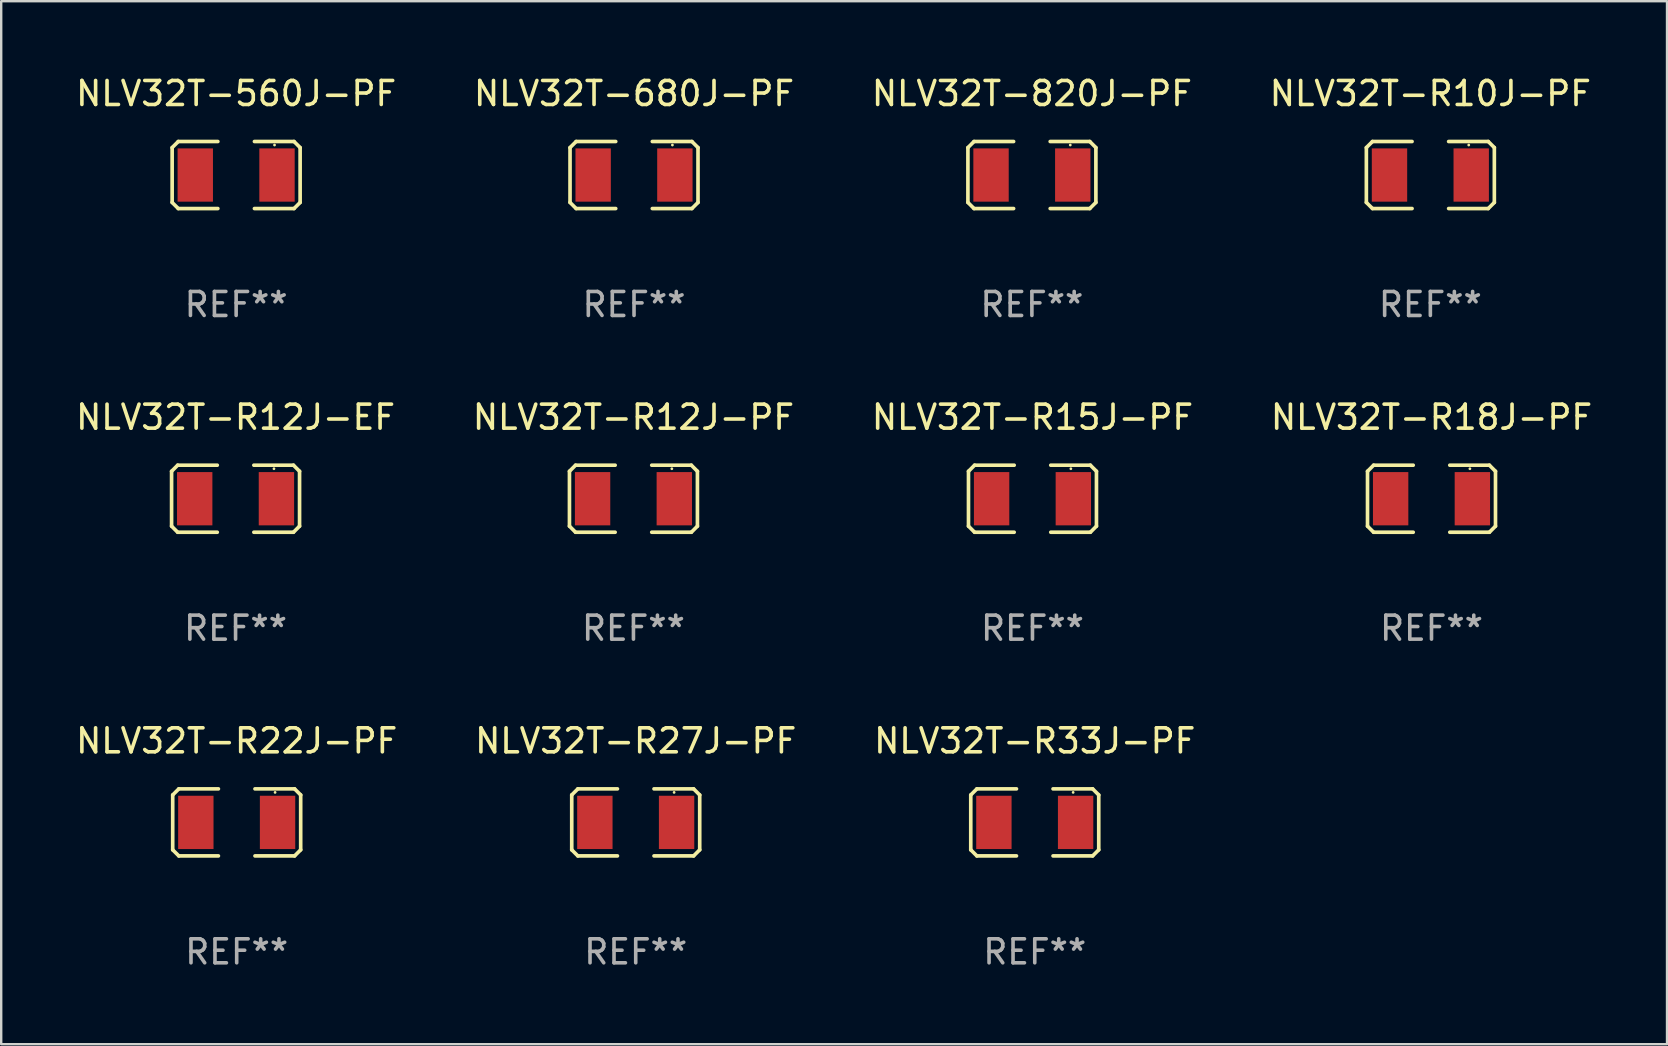
<source format=kicad_pcb>
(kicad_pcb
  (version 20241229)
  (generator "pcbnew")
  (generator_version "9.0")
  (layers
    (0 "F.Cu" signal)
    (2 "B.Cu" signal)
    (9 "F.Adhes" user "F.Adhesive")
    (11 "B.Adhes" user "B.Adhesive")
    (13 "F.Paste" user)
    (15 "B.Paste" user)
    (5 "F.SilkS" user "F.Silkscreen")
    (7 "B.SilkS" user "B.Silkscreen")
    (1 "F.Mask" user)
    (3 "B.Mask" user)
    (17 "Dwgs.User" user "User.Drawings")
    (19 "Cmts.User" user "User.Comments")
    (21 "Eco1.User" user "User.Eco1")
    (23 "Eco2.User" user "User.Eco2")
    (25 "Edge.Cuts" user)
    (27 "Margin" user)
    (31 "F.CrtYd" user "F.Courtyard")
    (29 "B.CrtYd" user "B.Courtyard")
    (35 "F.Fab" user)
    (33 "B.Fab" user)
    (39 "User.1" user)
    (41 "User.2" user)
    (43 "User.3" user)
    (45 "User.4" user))
  (footprint "NLV32T-R33J-PF"
    (layer "F.Cu")
    (at 40.077 31.226)
    (property "Reference" "NLV32T-R33J-PF" (at 0 -3.397 0) (layer "F.SilkS") (effects (font (size 1 1) (thickness 0.15))))
    (attr through_hole)
    (fp_line (start -2.667 -1.143) (end -2.413 -1.397) (stroke (width 0.152) (type solid)) (layer "F.SilkS"))
    (fp_line (start -2.667 1.143) (end -2.667 -1.143) (stroke (width 0.152) (type solid)) (layer "F.SilkS"))
    (fp_line (start -2.413 -1.397) (end -0.762 -1.397) (stroke (width 0.152) (type solid)) (layer "F.SilkS"))
    (fp_line (start -2.413 1.397) (end -2.667 1.143) (stroke (width 0.152) (type solid)) (layer "F.SilkS"))
    (fp_line (start -0.762 1.397) (end -2.413 1.397) (stroke (width 0.152) (type solid)) (layer "F.SilkS"))
    (fp_line (start 0.762 -1.397) (end 2.413 -1.397) (stroke (width 0.152) (type solid)) (layer "F.SilkS"))
    (fp_line (start 2.413 -1.397) (end 2.667 -1.143) (stroke (width 0.152) (type solid)) (layer "F.SilkS"))
    (fp_line (start 2.413 1.397) (end 0.762 1.397) (stroke (width 0.152) (type solid)) (layer "F.SilkS"))
    (fp_line (start 2.667 -1.143) (end 2.667 1.143) (stroke (width 0.152) (type solid)) (layer "F.SilkS"))
    (fp_line (start 2.667 1.143) (end 2.413 1.397) (stroke (width 0.152) (type solid)) (layer "F.SilkS"))
    (fp_circle (center 1.6 -1.25) (end 1.63 -1.25) (stroke (width 0.06) (type solid)) (fill no) (layer "F.SilkS"))
    (fp_text user "REF**" (at 0 5.397 0) (layer "F.Fab") (effects (font (size 1 1) (thickness 0.15))))
    (pad "1" smd rect (at 1.703 0) (size 1.474 2.22) (layers "F.Cu" "F.Mask" "F.Paste"))
    (pad "2" smd rect (at -1.703 0) (size 1.474 2.22) (layers "F.Cu" "F.Mask" "F.Paste")))
  (footprint "NLV32T-R12J-PF"
    (layer "F.Cu")
    (at 23.351 17.736)
    (property "Reference" "NLV32T-R12J-PF" (at 0 -3.397 0) (layer "F.SilkS") (effects (font (size 1 1) (thickness 0.15))))
    (attr through_hole)
    (fp_line (start -2.667 -1.143) (end -2.413 -1.397) (stroke (width 0.152) (type solid)) (layer "F.SilkS"))
    (fp_line (start -2.667 1.143) (end -2.667 -1.143) (stroke (width 0.152) (type solid)) (layer "F.SilkS"))
    (fp_line (start -2.413 -1.397) (end -0.762 -1.397) (stroke (width 0.152) (type solid)) (layer "F.SilkS"))
    (fp_line (start -2.413 1.397) (end -2.667 1.143) (stroke (width 0.152) (type solid)) (layer "F.SilkS"))
    (fp_line (start -0.762 1.397) (end -2.413 1.397) (stroke (width 0.152) (type solid)) (layer "F.SilkS"))
    (fp_line (start 0.762 -1.397) (end 2.413 -1.397) (stroke (width 0.152) (type solid)) (layer "F.SilkS"))
    (fp_line (start 2.413 -1.397) (end 2.667 -1.143) (stroke (width 0.152) (type solid)) (layer "F.SilkS"))
    (fp_line (start 2.413 1.397) (end 0.762 1.397) (stroke (width 0.152) (type solid)) (layer "F.SilkS"))
    (fp_line (start 2.667 -1.143) (end 2.667 1.143) (stroke (width 0.152) (type solid)) (layer "F.SilkS"))
    (fp_line (start 2.667 1.143) (end 2.413 1.397) (stroke (width 0.152) (type solid)) (layer "F.SilkS"))
    (fp_circle (center 1.6 -1.25) (end 1.63 -1.25) (stroke (width 0.06) (type solid)) (fill no) (layer "F.SilkS"))
    (fp_text user "REF**" (at 0 5.397 0) (layer "F.Fab") (effects (font (size 1 1) (thickness 0.15))))
    (pad "1" smd rect (at 1.703 0) (size 1.474 2.22) (layers "F.Cu" "F.Mask" "F.Paste"))
    (pad "2" smd rect (at -1.703 0) (size 1.474 2.22) (layers "F.Cu" "F.Mask" "F.Paste")))
  (footprint "NLV32T-R10J-PF"
    (layer "F.Cu")
    (at 56.565 4.245)
    (property "Reference" "NLV32T-R10J-PF" (at 0 -3.397 0) (layer "F.SilkS") (effects (font (size 1 1) (thickness 0.15))))
    (attr through_hole)
    (fp_line (start -2.667 -1.143) (end -2.413 -1.397) (stroke (width 0.152) (type solid)) (layer "F.SilkS"))
    (fp_line (start -2.667 1.143) (end -2.667 -1.143) (stroke (width 0.152) (type solid)) (layer "F.SilkS"))
    (fp_line (start -2.413 -1.397) (end -0.762 -1.397) (stroke (width 0.152) (type solid)) (layer "F.SilkS"))
    (fp_line (start -2.413 1.397) (end -2.667 1.143) (stroke (width 0.152) (type solid)) (layer "F.SilkS"))
    (fp_line (start -0.762 1.397) (end -2.413 1.397) (stroke (width 0.152) (type solid)) (layer "F.SilkS"))
    (fp_line (start 0.762 -1.397) (end 2.413 -1.397) (stroke (width 0.152) (type solid)) (layer "F.SilkS"))
    (fp_line (start 2.413 -1.397) (end 2.667 -1.143) (stroke (width 0.152) (type solid)) (layer "F.SilkS"))
    (fp_line (start 2.413 1.397) (end 0.762 1.397) (stroke (width 0.152) (type solid)) (layer "F.SilkS"))
    (fp_line (start 2.667 -1.143) (end 2.667 1.143) (stroke (width 0.152) (type solid)) (layer "F.SilkS"))
    (fp_line (start 2.667 1.143) (end 2.413 1.397) (stroke (width 0.152) (type solid)) (layer "F.SilkS"))
    (fp_circle (center 1.6 -1.25) (end 1.63 -1.25) (stroke (width 0.06) (type solid)) (fill no) (layer "F.SilkS"))
    (fp_text user "REF**" (at 0 5.397 0) (layer "F.Fab") (effects (font (size 1 1) (thickness 0.15))))
    (pad "1" smd rect (at 1.703 0) (size 1.474 2.22) (layers "F.Cu" "F.Mask" "F.Paste"))
    (pad "2" smd rect (at -1.703 0) (size 1.474 2.22) (layers "F.Cu" "F.Mask" "F.Paste")))
  (footprint "NLV32T-680J-PF"
    (layer "F.Cu")
    (at 23.375 4.245)
    (property "Reference" "NLV32T-680J-PF" (at 0 -3.397 0) (layer "F.SilkS") (effects (font (size 1 1) (thickness 0.15))))
    (attr through_hole)
    (fp_line (start -2.667 -1.143) (end -2.413 -1.397) (stroke (width 0.152) (type solid)) (layer "F.SilkS"))
    (fp_line (start -2.667 1.143) (end -2.667 -1.143) (stroke (width 0.152) (type solid)) (layer "F.SilkS"))
    (fp_line (start -2.413 -1.397) (end -0.762 -1.397) (stroke (width 0.152) (type solid)) (layer "F.SilkS"))
    (fp_line (start -2.413 1.397) (end -2.667 1.143) (stroke (width 0.152) (type solid)) (layer "F.SilkS"))
    (fp_line (start -0.762 1.397) (end -2.413 1.397) (stroke (width 0.152) (type solid)) (layer "F.SilkS"))
    (fp_line (start 0.762 -1.397) (end 2.413 -1.397) (stroke (width 0.152) (type solid)) (layer "F.SilkS"))
    (fp_line (start 2.413 -1.397) (end 2.667 -1.143) (stroke (width 0.152) (type solid)) (layer "F.SilkS"))
    (fp_line (start 2.413 1.397) (end 0.762 1.397) (stroke (width 0.152) (type solid)) (layer "F.SilkS"))
    (fp_line (start 2.667 -1.143) (end 2.667 1.143) (stroke (width 0.152) (type solid)) (layer "F.SilkS"))
    (fp_line (start 2.667 1.143) (end 2.413 1.397) (stroke (width 0.152) (type solid)) (layer "F.SilkS"))
    (fp_circle (center 1.6 -1.25) (end 1.63 -1.25) (stroke (width 0.06) (type solid)) (fill no) (layer "F.SilkS"))
    (fp_text user "REF**" (at 0 5.397 0) (layer "F.Fab") (effects (font (size 1 1) (thickness 0.15))))
    (pad "1" smd rect (at 1.703 0) (size 1.474 2.22) (layers "F.Cu" "F.Mask" "F.Paste"))
    (pad "2" smd rect (at -1.703 0) (size 1.474 2.22) (layers "F.Cu" "F.Mask" "F.Paste")))
  (footprint "NLV32T-R15J-PF"
    (layer "F.Cu")
    (at 39.982 17.736)
    (property "Reference" "NLV32T-R15J-PF" (at 0 -3.397 0) (layer "F.SilkS") (effects (font (size 1 1) (thickness 0.15))))
    (attr through_hole)
    (fp_line (start -2.667 -1.143) (end -2.413 -1.397) (stroke (width 0.152) (type solid)) (layer "F.SilkS"))
    (fp_line (start -2.667 1.143) (end -2.667 -1.143) (stroke (width 0.152) (type solid)) (layer "F.SilkS"))
    (fp_line (start -2.413 -1.397) (end -0.762 -1.397) (stroke (width 0.152) (type solid)) (layer "F.SilkS"))
    (fp_line (start -2.413 1.397) (end -2.667 1.143) (stroke (width 0.152) (type solid)) (layer "F.SilkS"))
    (fp_line (start -0.762 1.397) (end -2.413 1.397) (stroke (width 0.152) (type solid)) (layer "F.SilkS"))
    (fp_line (start 0.762 -1.397) (end 2.413 -1.397) (stroke (width 0.152) (type solid)) (layer "F.SilkS"))
    (fp_line (start 2.413 -1.397) (end 2.667 -1.143) (stroke (width 0.152) (type solid)) (layer "F.SilkS"))
    (fp_line (start 2.413 1.397) (end 0.762 1.397) (stroke (width 0.152) (type solid)) (layer "F.SilkS"))
    (fp_line (start 2.667 -1.143) (end 2.667 1.143) (stroke (width 0.152) (type solid)) (layer "F.SilkS"))
    (fp_line (start 2.667 1.143) (end 2.413 1.397) (stroke (width 0.152) (type solid)) (layer "F.SilkS"))
    (fp_circle (center 1.6 -1.25) (end 1.63 -1.25) (stroke (width 0.06) (type solid)) (fill no) (layer "F.SilkS"))
    (fp_text user "REF**" (at 0 5.397 0) (layer "F.Fab") (effects (font (size 1 1) (thickness 0.15))))
    (pad "1" smd rect (at 1.703 0) (size 1.474 2.22) (layers "F.Cu" "F.Mask" "F.Paste"))
    (pad "2" smd rect (at -1.703 0) (size 1.474 2.22) (layers "F.Cu" "F.Mask" "F.Paste")))
  (footprint "NLV32T-820J-PF"
    (layer "F.Cu")
    (at 39.958 4.245)
    (property "Reference" "NLV32T-820J-PF" (at 0 -3.397 0) (layer "F.SilkS") (effects (font (size 1 1) (thickness 0.15))))
    (attr through_hole)
    (fp_line (start -2.667 -1.143) (end -2.413 -1.397) (stroke (width 0.152) (type solid)) (layer "F.SilkS"))
    (fp_line (start -2.667 1.143) (end -2.667 -1.143) (stroke (width 0.152) (type solid)) (layer "F.SilkS"))
    (fp_line (start -2.413 -1.397) (end -0.762 -1.397) (stroke (width 0.152) (type solid)) (layer "F.SilkS"))
    (fp_line (start -2.413 1.397) (end -2.667 1.143) (stroke (width 0.152) (type solid)) (layer "F.SilkS"))
    (fp_line (start -0.762 1.397) (end -2.413 1.397) (stroke (width 0.152) (type solid)) (layer "F.SilkS"))
    (fp_line (start 0.762 -1.397) (end 2.413 -1.397) (stroke (width 0.152) (type solid)) (layer "F.SilkS"))
    (fp_line (start 2.413 -1.397) (end 2.667 -1.143) (stroke (width 0.152) (type solid)) (layer "F.SilkS"))
    (fp_line (start 2.413 1.397) (end 0.762 1.397) (stroke (width 0.152) (type solid)) (layer "F.SilkS"))
    (fp_line (start 2.667 -1.143) (end 2.667 1.143) (stroke (width 0.152) (type solid)) (layer "F.SilkS"))
    (fp_line (start 2.667 1.143) (end 2.413 1.397) (stroke (width 0.152) (type solid)) (layer "F.SilkS"))
    (fp_circle (center 1.6 -1.25) (end 1.63 -1.25) (stroke (width 0.06) (type solid)) (fill no) (layer "F.SilkS"))
    (fp_text user "REF**" (at 0 5.397 0) (layer "F.Fab") (effects (font (size 1 1) (thickness 0.15))))
    (pad "1" smd rect (at 1.703 0) (size 1.474 2.22) (layers "F.Cu" "F.Mask" "F.Paste"))
    (pad "2" smd rect (at -1.703 0) (size 1.474 2.22) (layers "F.Cu" "F.Mask" "F.Paste")))
  (footprint "NLV32T-560J-PF"
    (layer "F.Cu")
    (at 6.792 4.245)
    (property "Reference" "NLV32T-560J-PF" (at 0 -3.397 0) (layer "F.SilkS") (effects (font (size 1 1) (thickness 0.15))))
    (attr through_hole)
    (fp_line (start -2.667 -1.143) (end -2.413 -1.397) (stroke (width 0.152) (type solid)) (layer "F.SilkS"))
    (fp_line (start -2.667 1.143) (end -2.667 -1.143) (stroke (width 0.152) (type solid)) (layer "F.SilkS"))
    (fp_line (start -2.413 -1.397) (end -0.762 -1.397) (stroke (width 0.152) (type solid)) (layer "F.SilkS"))
    (fp_line (start -2.413 1.397) (end -2.667 1.143) (stroke (width 0.152) (type solid)) (layer "F.SilkS"))
    (fp_line (start -0.762 1.397) (end -2.413 1.397) (stroke (width 0.152) (type solid)) (layer "F.SilkS"))
    (fp_line (start 0.762 -1.397) (end 2.413 -1.397) (stroke (width 0.152) (type solid)) (layer "F.SilkS"))
    (fp_line (start 2.413 -1.397) (end 2.667 -1.143) (stroke (width 0.152) (type solid)) (layer "F.SilkS"))
    (fp_line (start 2.413 1.397) (end 0.762 1.397) (stroke (width 0.152) (type solid)) (layer "F.SilkS"))
    (fp_line (start 2.667 -1.143) (end 2.667 1.143) (stroke (width 0.152) (type solid)) (layer "F.SilkS"))
    (fp_line (start 2.667 1.143) (end 2.413 1.397) (stroke (width 0.152) (type solid)) (layer "F.SilkS"))
    (fp_circle (center 1.6 -1.25) (end 1.63 -1.25) (stroke (width 0.06) (type solid)) (fill no) (layer "F.SilkS"))
    (fp_text user "REF**" (at 0 5.397 0) (layer "F.Fab") (effects (font (size 1 1) (thickness 0.15))))
    (pad "1" smd rect (at 1.703 0) (size 1.474 2.22) (layers "F.Cu" "F.Mask" "F.Paste"))
    (pad "2" smd rect (at -1.703 0) (size 1.474 2.22) (layers "F.Cu" "F.Mask" "F.Paste")))
  (footprint "NLV32T-R22J-PF"
    (layer "F.Cu")
    (at 6.815 31.226)
    (property "Reference" "NLV32T-R22J-PF" (at 0 -3.397 0) (layer "F.SilkS") (effects (font (size 1 1) (thickness 0.15))))
    (attr through_hole)
    (fp_line (start -2.667 -1.143) (end -2.413 -1.397) (stroke (width 0.152) (type solid)) (layer "F.SilkS"))
    (fp_line (start -2.667 1.143) (end -2.667 -1.143) (stroke (width 0.152) (type solid)) (layer "F.SilkS"))
    (fp_line (start -2.413 -1.397) (end -0.762 -1.397) (stroke (width 0.152) (type solid)) (layer "F.SilkS"))
    (fp_line (start -2.413 1.397) (end -2.667 1.143) (stroke (width 0.152) (type solid)) (layer "F.SilkS"))
    (fp_line (start -0.762 1.397) (end -2.413 1.397) (stroke (width 0.152) (type solid)) (layer "F.SilkS"))
    (fp_line (start 0.762 -1.397) (end 2.413 -1.397) (stroke (width 0.152) (type solid)) (layer "F.SilkS"))
    (fp_line (start 2.413 -1.397) (end 2.667 -1.143) (stroke (width 0.152) (type solid)) (layer "F.SilkS"))
    (fp_line (start 2.413 1.397) (end 0.762 1.397) (stroke (width 0.152) (type solid)) (layer "F.SilkS"))
    (fp_line (start 2.667 -1.143) (end 2.667 1.143) (stroke (width 0.152) (type solid)) (layer "F.SilkS"))
    (fp_line (start 2.667 1.143) (end 2.413 1.397) (stroke (width 0.152) (type solid)) (layer "F.SilkS"))
    (fp_circle (center 1.6 -1.25) (end 1.63 -1.25) (stroke (width 0.06) (type solid)) (fill no) (layer "F.SilkS"))
    (fp_text user "REF**" (at 0 5.397 0) (layer "F.Fab") (effects (font (size 1 1) (thickness 0.15))))
    (pad "1" smd rect (at 1.703 0) (size 1.474 2.22) (layers "F.Cu" "F.Mask" "F.Paste"))
    (pad "2" smd rect (at -1.703 0) (size 1.474 2.22) (layers "F.Cu" "F.Mask" "F.Paste")))
  (footprint "NLV32T-R18J-PF"
    (layer "F.Cu")
    (at 56.613 17.736)
    (property "Reference" "NLV32T-R18J-PF" (at 0 -3.397 0) (layer "F.SilkS") (effects (font (size 1 1) (thickness 0.15))))
    (attr through_hole)
    (fp_line (start -2.667 -1.143) (end -2.413 -1.397) (stroke (width 0.152) (type solid)) (layer "F.SilkS"))
    (fp_line (start -2.667 1.143) (end -2.667 -1.143) (stroke (width 0.152) (type solid)) (layer "F.SilkS"))
    (fp_line (start -2.413 -1.397) (end -0.762 -1.397) (stroke (width 0.152) (type solid)) (layer "F.SilkS"))
    (fp_line (start -2.413 1.397) (end -2.667 1.143) (stroke (width 0.152) (type solid)) (layer "F.SilkS"))
    (fp_line (start -0.762 1.397) (end -2.413 1.397) (stroke (width 0.152) (type solid)) (layer "F.SilkS"))
    (fp_line (start 0.762 -1.397) (end 2.413 -1.397) (stroke (width 0.152) (type solid)) (layer "F.SilkS"))
    (fp_line (start 2.413 -1.397) (end 2.667 -1.143) (stroke (width 0.152) (type solid)) (layer "F.SilkS"))
    (fp_line (start 2.413 1.397) (end 0.762 1.397) (stroke (width 0.152) (type solid)) (layer "F.SilkS"))
    (fp_line (start 2.667 -1.143) (end 2.667 1.143) (stroke (width 0.152) (type solid)) (layer "F.SilkS"))
    (fp_line (start 2.667 1.143) (end 2.413 1.397) (stroke (width 0.152) (type solid)) (layer "F.SilkS"))
    (fp_circle (center 1.6 -1.25) (end 1.63 -1.25) (stroke (width 0.06) (type solid)) (fill no) (layer "F.SilkS"))
    (fp_text user "REF**" (at 0 5.397 0) (layer "F.Fab") (effects (font (size 1 1) (thickness 0.15))))
    (pad "1" smd rect (at 1.703 0) (size 1.474 2.22) (layers "F.Cu" "F.Mask" "F.Paste"))
    (pad "2" smd rect (at -1.703 0) (size 1.474 2.22) (layers "F.Cu" "F.Mask" "F.Paste")))
  (footprint "NLV32T-R27J-PF"
    (layer "F.Cu")
    (at 23.446 31.226)
    (property "Reference" "NLV32T-R27J-PF" (at 0 -3.397 0) (layer "F.SilkS") (effects (font (size 1 1) (thickness 0.15))))
    (attr through_hole)
    (fp_line (start -2.667 -1.143) (end -2.413 -1.397) (stroke (width 0.152) (type solid)) (layer "F.SilkS"))
    (fp_line (start -2.667 1.143) (end -2.667 -1.143) (stroke (width 0.152) (type solid)) (layer "F.SilkS"))
    (fp_line (start -2.413 -1.397) (end -0.762 -1.397) (stroke (width 0.152) (type solid)) (layer "F.SilkS"))
    (fp_line (start -2.413 1.397) (end -2.667 1.143) (stroke (width 0.152) (type solid)) (layer "F.SilkS"))
    (fp_line (start -0.762 1.397) (end -2.413 1.397) (stroke (width 0.152) (type solid)) (layer "F.SilkS"))
    (fp_line (start 0.762 -1.397) (end 2.413 -1.397) (stroke (width 0.152) (type solid)) (layer "F.SilkS"))
    (fp_line (start 2.413 -1.397) (end 2.667 -1.143) (stroke (width 0.152) (type solid)) (layer "F.SilkS"))
    (fp_line (start 2.413 1.397) (end 0.762 1.397) (stroke (width 0.152) (type solid)) (layer "F.SilkS"))
    (fp_line (start 2.667 -1.143) (end 2.667 1.143) (stroke (width 0.152) (type solid)) (layer "F.SilkS"))
    (fp_line (start 2.667 1.143) (end 2.413 1.397) (stroke (width 0.152) (type solid)) (layer "F.SilkS"))
    (fp_circle (center 1.6 -1.25) (end 1.63 -1.25) (stroke (width 0.06) (type solid)) (fill no) (layer "F.SilkS"))
    (fp_text user "REF**" (at 0 5.397 0) (layer "F.Fab") (effects (font (size 1 1) (thickness 0.15))))
    (pad "1" smd rect (at 1.703 0) (size 1.474 2.22) (layers "F.Cu" "F.Mask" "F.Paste"))
    (pad "2" smd rect (at -1.703 0) (size 1.474 2.22) (layers "F.Cu" "F.Mask" "F.Paste")))
  (footprint "NLV32T-R12J-EF"
    (layer "F.Cu")
    (at 6.768 17.736)
    (property "Reference" "NLV32T-R12J-EF" (at 0 -3.397 0) (layer "F.SilkS") (effects (font (size 1 1) (thickness 0.15))))
    (attr through_hole)
    (fp_line (start -2.667 -1.143) (end -2.413 -1.397) (stroke (width 0.152) (type solid)) (layer "F.SilkS"))
    (fp_line (start -2.667 1.143) (end -2.667 -1.143) (stroke (width 0.152) (type solid)) (layer "F.SilkS"))
    (fp_line (start -2.413 -1.397) (end -0.762 -1.397) (stroke (width 0.152) (type solid)) (layer "F.SilkS"))
    (fp_line (start -2.413 1.397) (end -2.667 1.143) (stroke (width 0.152) (type solid)) (layer "F.SilkS"))
    (fp_line (start -0.762 1.397) (end -2.413 1.397) (stroke (width 0.152) (type solid)) (layer "F.SilkS"))
    (fp_line (start 0.762 -1.397) (end 2.413 -1.397) (stroke (width 0.152) (type solid)) (layer "F.SilkS"))
    (fp_line (start 2.413 -1.397) (end 2.667 -1.143) (stroke (width 0.152) (type solid)) (layer "F.SilkS"))
    (fp_line (start 2.413 1.397) (end 0.762 1.397) (stroke (width 0.152) (type solid)) (layer "F.SilkS"))
    (fp_line (start 2.667 -1.143) (end 2.667 1.143) (stroke (width 0.152) (type solid)) (layer "F.SilkS"))
    (fp_line (start 2.667 1.143) (end 2.413 1.397) (stroke (width 0.152) (type solid)) (layer "F.SilkS"))
    (fp_circle (center 1.6 -1.25) (end 1.63 -1.25) (stroke (width 0.06) (type solid)) (fill no) (layer "F.SilkS"))
    (fp_text user "REF**" (at 0 5.397 0) (layer "F.Fab") (effects (font (size 1 1) (thickness 0.15))))
    (pad "1" smd rect (at 1.703 0) (size 1.474 2.22) (layers "F.Cu" "F.Mask" "F.Paste"))
    (pad "2" smd rect (at -1.703 0) (size 1.474 2.22) (layers "F.Cu" "F.Mask" "F.Paste")))
  (gr_rect
    (start -3 -3)
    (end 66.429 40.472)
    (stroke (width 0.1) (type default))
    (fill no)
    (layer "Edge.Cuts")))
</source>
